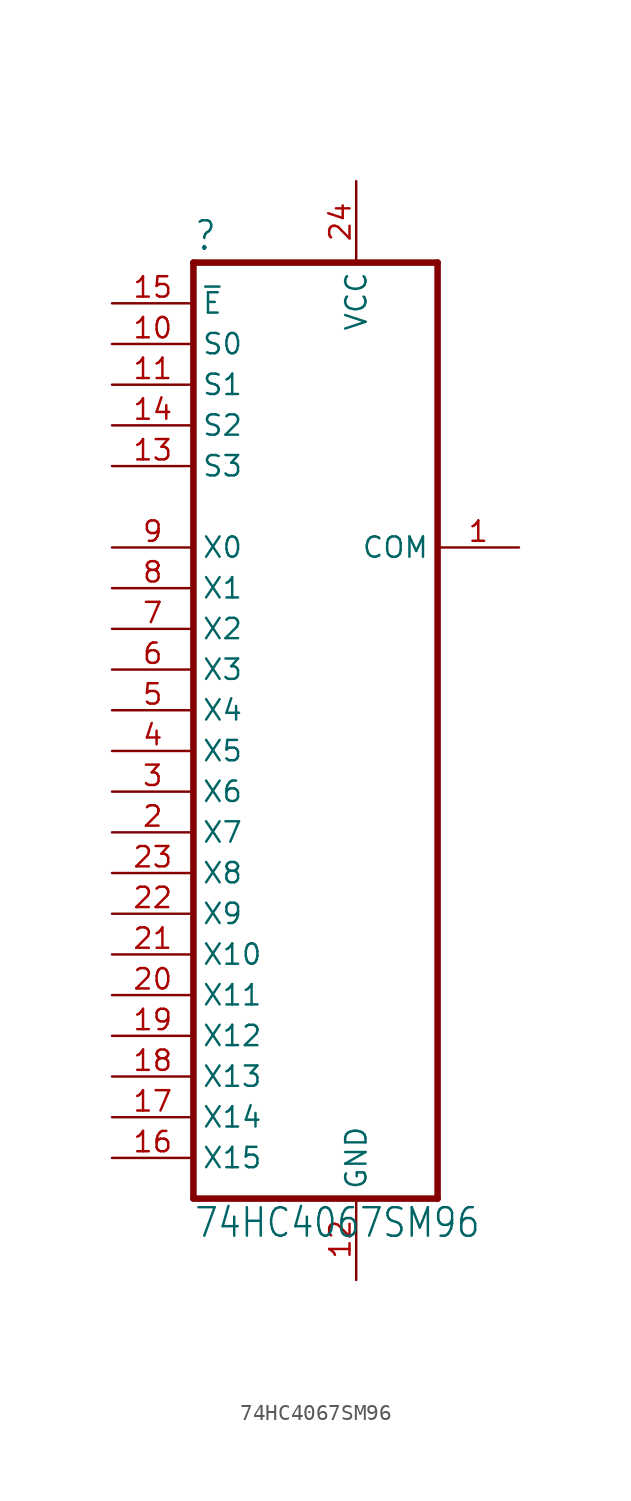
<source format=kicad_sym>
(kicad_symbol_lib
  (version 20211014)
  (generator kicad_symbol_editor)
  (symbol "74HC4067SM96"
    (property "Reference" ""
      (at -7.62 31.115 0)
      (effects (font (size 1.778 1.511)) (justify left bottom)))
    (property "Value" "74HC4067SM96"
      (at -7.62 -30.48 0)
      (effects (font (size 1.778 1.511)) (justify left bottom)))
    (property "ki_locked" ""
      (at 0 0 0)
      (effects (font (size 1.27 1.27))))
    (symbol "74HC4067SM96_1_0"
      (polyline (pts (xy -7.62 -27.94) (xy 7.62 -27.94)) (stroke (width 0.406) (type default) (color 0 0 0 0)) (fill (type none)))
      (polyline (pts (xy -7.62 30.48) (xy -7.62 -27.94)) (stroke (width 0.406) (type default) (color 0 0 0 0)) (fill (type none)))
      (polyline (pts (xy 7.62 -27.94) (xy 7.62 30.48)) (stroke (width 0.406) (type default) (color 0 0 0 0)) (fill (type none)))
      (polyline (pts (xy 7.62 30.48) (xy -7.62 30.48)) (stroke (width 0.406) (type default) (color 0 0 0 0)) (fill (type none)))
      (pin output line (at 12.7 12.7 180) (length 5.08) (name "COM" (effects (font (size 1.27 1.27)))) (number "1" (effects (font (size 1.27 1.27)))))
      (pin input line (at -12.7 25.4 0) (length 5.08) (name "S0" (effects (font (size 1.27 1.27)))) (number "10" (effects (font (size 1.27 1.27)))))
      (pin input line (at -12.7 22.86 0) (length 5.08) (name "S1" (effects (font (size 1.27 1.27)))) (number "11" (effects (font (size 1.27 1.27)))))
      (pin power_in line (at 2.54 -33.02 90) (length 5.08) (name "GND" (effects (font (size 1.27 1.27)))) (number "12" (effects (font (size 1.27 1.27)))))
      (pin input line (at -12.7 17.78 0) (length 5.08) (name "S3" (effects (font (size 1.27 1.27)))) (number "13" (effects (font (size 1.27 1.27)))))
      (pin input line (at -12.7 20.32 0) (length 5.08) (name "S2" (effects (font (size 1.27 1.27)))) (number "14" (effects (font (size 1.27 1.27)))))
      (pin input line (at -12.7 27.94 0) (length 5.08) (name "~{E}" (effects (font (size 1.27 1.27)))) (number "15" (effects (font (size 1.27 1.27)))))
      (pin input line (at -12.7 -25.4 0) (length 5.08) (name "X15" (effects (font (size 1.27 1.27)))) (number "16" (effects (font (size 1.27 1.27)))))
      (pin input line (at -12.7 -22.86 0) (length 5.08) (name "X14" (effects (font (size 1.27 1.27)))) (number "17" (effects (font (size 1.27 1.27)))))
      (pin input line (at -12.7 -20.32 0) (length 5.08) (name "X13" (effects (font (size 1.27 1.27)))) (number "18" (effects (font (size 1.27 1.27)))))
      (pin input line (at -12.7 -17.78 0) (length 5.08) (name "X12" (effects (font (size 1.27 1.27)))) (number "19" (effects (font (size 1.27 1.27)))))
      (pin input line (at -12.7 -5.08 0) (length 5.08) (name "X7" (effects (font (size 1.27 1.27)))) (number "2" (effects (font (size 1.27 1.27)))))
      (pin input line (at -12.7 -15.24 0) (length 5.08) (name "X11" (effects (font (size 1.27 1.27)))) (number "20" (effects (font (size 1.27 1.27)))))
      (pin input line (at -12.7 -12.7 0) (length 5.08) (name "X10" (effects (font (size 1.27 1.27)))) (number "21" (effects (font (size 1.27 1.27)))))
      (pin input line (at -12.7 -10.16 0) (length 5.08) (name "X9" (effects (font (size 1.27 1.27)))) (number "22" (effects (font (size 1.27 1.27)))))
      (pin input line (at -12.7 -7.62 0) (length 5.08) (name "X8" (effects (font (size 1.27 1.27)))) (number "23" (effects (font (size 1.27 1.27)))))
      (pin power_in line (at 2.54 35.56 270) (length 5.08) (name "VCC" (effects (font (size 1.27 1.27)))) (number "24" (effects (font (size 1.27 1.27)))))
      (pin input line (at -12.7 -2.54 0) (length 5.08) (name "X6" (effects (font (size 1.27 1.27)))) (number "3" (effects (font (size 1.27 1.27)))))
      (pin input line (at -12.7 0 0) (length 5.08) (name "X5" (effects (font (size 1.27 1.27)))) (number "4" (effects (font (size 1.27 1.27)))))
      (pin input line (at -12.7 2.54 0) (length 5.08) (name "X4" (effects (font (size 1.27 1.27)))) (number "5" (effects (font (size 1.27 1.27)))))
      (pin input line (at -12.7 5.08 0) (length 5.08) (name "X3" (effects (font (size 1.27 1.27)))) (number "6" (effects (font (size 1.27 1.27)))))
      (pin input line (at -12.7 7.62 0) (length 5.08) (name "X2" (effects (font (size 1.27 1.27)))) (number "7" (effects (font (size 1.27 1.27)))))
      (pin input line (at -12.7 10.16 0) (length 5.08) (name "X1" (effects (font (size 1.27 1.27)))) (number "8" (effects (font (size 1.27 1.27)))))
      (pin input line (at -12.7 12.7 0) (length 5.08) (name "X0" (effects (font (size 1.27 1.27)))) (number "9" (effects (font (size 1.27 1.27))))))))
</source>
